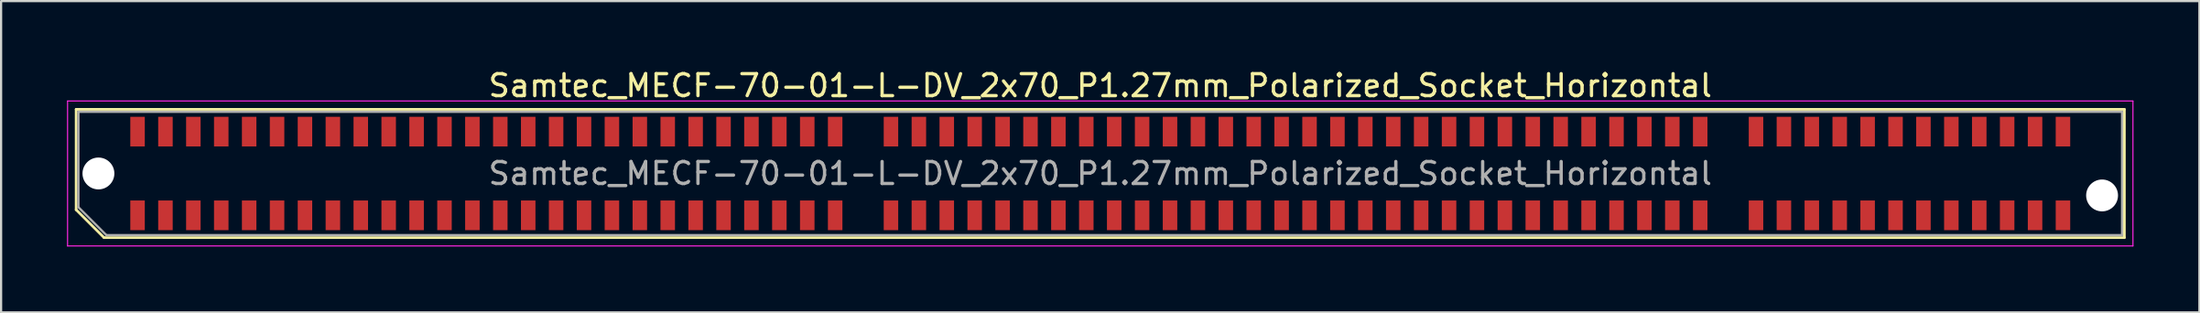
<source format=kicad_pcb>
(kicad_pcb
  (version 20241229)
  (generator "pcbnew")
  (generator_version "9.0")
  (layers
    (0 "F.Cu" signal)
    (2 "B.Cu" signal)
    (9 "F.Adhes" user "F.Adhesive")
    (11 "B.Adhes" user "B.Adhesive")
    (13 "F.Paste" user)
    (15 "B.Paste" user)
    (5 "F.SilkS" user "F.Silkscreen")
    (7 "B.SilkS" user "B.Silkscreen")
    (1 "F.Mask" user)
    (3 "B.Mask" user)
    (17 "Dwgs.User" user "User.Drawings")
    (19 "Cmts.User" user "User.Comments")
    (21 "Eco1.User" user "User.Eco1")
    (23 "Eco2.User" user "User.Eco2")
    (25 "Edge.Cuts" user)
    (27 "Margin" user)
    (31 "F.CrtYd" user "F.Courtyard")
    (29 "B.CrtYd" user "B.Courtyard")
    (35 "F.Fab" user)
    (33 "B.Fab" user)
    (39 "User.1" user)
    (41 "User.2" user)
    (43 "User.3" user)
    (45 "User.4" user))
  (footprint "Samtec_MECF-70-01-L-DV_2x70_P1.27mm_Polarized_Socket_Horizontal"
    (layer "F.Cu")
    (at 47.025 4.848)
    (property "Reference" "Samtec_MECF-70-01-L-DV_2x70_P1.27mm_Polarized_Socket_Horizontal" (at 0 -4 0) (layer "F.SilkS") (effects (font (size 1 1) (thickness 0.15))))
    (attr smd)
    (fp_line (start -46.61 -2.92) (end 46.61 -2.92) (stroke (width 0.12) (type solid)) (layer "F.SilkS"))
    (fp_line (start -46.61 1.65) (end -46.61 -2.92) (stroke (width 0.12) (type solid)) (layer "F.SilkS"))
    (fp_line (start -45.34 2.92) (end -46.61 1.65) (stroke (width 0.12) (type solid)) (layer "F.SilkS"))
    (fp_line (start -45.34 2.92) (end 46.61 2.92) (stroke (width 0.12) (type solid)) (layer "F.SilkS"))
    (fp_line (start 46.61 2.92) (end 46.61 -2.92) (stroke (width 0.12) (type solid)) (layer "F.SilkS"))
    (fp_line (start -47 -3.3) (end -47 3.3) (stroke (width 0.05) (type solid)) (layer "F.CrtYd"))
    (fp_line (start -47 3.3) (end 47 3.3) (stroke (width 0.05) (type solid)) (layer "F.CrtYd"))
    (fp_line (start 47 -3.3) (end -47 -3.3) (stroke (width 0.05) (type solid)) (layer "F.CrtYd"))
    (fp_line (start 47 3.3) (end 47 -3.3) (stroke (width 0.05) (type solid)) (layer "F.CrtYd"))
    (fp_line (start -46.505 -2.805) (end 46.505 -2.805) (stroke (width 0.1) (type solid)) (layer "F.Fab"))
    (fp_line (start -46.505 1.535) (end -46.505 -2.805) (stroke (width 0.1) (type solid)) (layer "F.Fab"))
    (fp_line (start -46.505 1.535) (end -45.235 2.805) (stroke (width 0.1) (type solid)) (layer "F.Fab"))
    (fp_line (start -45.235 2.805) (end 46.505 2.805) (stroke (width 0.1) (type solid)) (layer "F.Fab"))
    (fp_line (start 46.505 2.805) (end 46.505 -2.805) (stroke (width 0.1) (type solid)) (layer "F.Fab"))
    (fp_text user "${REFERENCE}" (at 0 0 0) (layer "F.Fab") (effects (font (size 1 1) (thickness 0.15))))
    (pad "" np_thru_hole circle (at -45.595 0) (size 1.45 1.45) (drill 1.45) (layers "*.Cu" "*.Mask"))
    (pad "" np_thru_hole circle (at 45.595 1) (size 1.45 1.45) (drill 1.45) (layers "*.Cu" "*.Mask"))
    (pad "1" smd rect (at -43.815 1.905) (size 0.66 1.35) (layers "F.Cu" "F.Mask" "F.Paste"))
    (pad "2" smd rect (at -43.815 -1.905) (size 0.66 1.35) (layers "F.Cu" "F.Mask" "F.Paste"))
    (pad "3" smd rect (at -42.545 1.905) (size 0.66 1.35) (layers "F.Cu" "F.Mask" "F.Paste"))
    (pad "4" smd rect (at -42.545 -1.905) (size 0.66 1.35) (layers "F.Cu" "F.Mask" "F.Paste"))
    (pad "5" smd rect (at -41.275 1.905) (size 0.66 1.35) (layers "F.Cu" "F.Mask" "F.Paste"))
    (pad "6" smd rect (at -41.275 -1.905) (size 0.66 1.35) (layers "F.Cu" "F.Mask" "F.Paste"))
    (pad "7" smd rect (at -40.005 1.905) (size 0.66 1.35) (layers "F.Cu" "F.Mask" "F.Paste"))
    (pad "8" smd rect (at -40.005 -1.905) (size 0.66 1.35) (layers "F.Cu" "F.Mask" "F.Paste"))
    (pad "9" smd rect (at -38.735 1.905) (size 0.66 1.35) (layers "F.Cu" "F.Mask" "F.Paste"))
    (pad "10" smd rect (at -38.735 -1.905) (size 0.66 1.35) (layers "F.Cu" "F.Mask" "F.Paste"))
    (pad "11" smd rect (at -37.465 1.905) (size 0.66 1.35) (layers "F.Cu" "F.Mask" "F.Paste"))
    (pad "12" smd rect (at -37.465 -1.905) (size 0.66 1.35) (layers "F.Cu" "F.Mask" "F.Paste"))
    (pad "13" smd rect (at -36.195 1.905) (size 0.66 1.35) (layers "F.Cu" "F.Mask" "F.Paste"))
    (pad "14" smd rect (at -36.195 -1.905) (size 0.66 1.35) (layers "F.Cu" "F.Mask" "F.Paste"))
    (pad "15" smd rect (at -34.925 1.905) (size 0.66 1.35) (layers "F.Cu" "F.Mask" "F.Paste"))
    (pad "16" smd rect (at -34.925 -1.905) (size 0.66 1.35) (layers "F.Cu" "F.Mask" "F.Paste"))
    (pad "17" smd rect (at -33.655 1.905) (size 0.66 1.35) (layers "F.Cu" "F.Mask" "F.Paste"))
    (pad "18" smd rect (at -33.655 -1.905) (size 0.66 1.35) (layers "F.Cu" "F.Mask" "F.Paste"))
    (pad "19" smd rect (at -32.385 1.905) (size 0.66 1.35) (layers "F.Cu" "F.Mask" "F.Paste"))
    (pad "20" smd rect (at -32.385 -1.905) (size 0.66 1.35) (layers "F.Cu" "F.Mask" "F.Paste"))
    (pad "21" smd rect (at -31.115 1.905) (size 0.66 1.35) (layers "F.Cu" "F.Mask" "F.Paste"))
    (pad "22" smd rect (at -31.115 -1.905) (size 0.66 1.35) (layers "F.Cu" "F.Mask" "F.Paste"))
    (pad "23" smd rect (at -29.845 1.905) (size 0.66 1.35) (layers "F.Cu" "F.Mask" "F.Paste"))
    (pad "24" smd rect (at -29.845 -1.905) (size 0.66 1.35) (layers "F.Cu" "F.Mask" "F.Paste"))
    (pad "25" smd rect (at -28.575 1.905) (size 0.66 1.35) (layers "F.Cu" "F.Mask" "F.Paste"))
    (pad "26" smd rect (at -28.575 -1.905) (size 0.66 1.35) (layers "F.Cu" "F.Mask" "F.Paste"))
    (pad "27" smd rect (at -27.305 1.905) (size 0.66 1.35) (layers "F.Cu" "F.Mask" "F.Paste"))
    (pad "28" smd rect (at -27.305 -1.905) (size 0.66 1.35) (layers "F.Cu" "F.Mask" "F.Paste"))
    (pad "29" smd rect (at -26.035 1.905) (size 0.66 1.35) (layers "F.Cu" "F.Mask" "F.Paste"))
    (pad "30" smd rect (at -26.035 -1.905) (size 0.66 1.35) (layers "F.Cu" "F.Mask" "F.Paste"))
    (pad "31" smd rect (at -24.765 1.905) (size 0.66 1.35) (layers "F.Cu" "F.Mask" "F.Paste"))
    (pad "32" smd rect (at -24.765 -1.905) (size 0.66 1.35) (layers "F.Cu" "F.Mask" "F.Paste"))
    (pad "33" smd rect (at -23.495 1.905) (size 0.66 1.35) (layers "F.Cu" "F.Mask" "F.Paste"))
    (pad "34" smd rect (at -23.495 -1.905) (size 0.66 1.35) (layers "F.Cu" "F.Mask" "F.Paste"))
    (pad "35" smd rect (at -22.225 1.905) (size 0.66 1.35) (layers "F.Cu" "F.Mask" "F.Paste"))
    (pad "36" smd rect (at -22.225 -1.905) (size 0.66 1.35) (layers "F.Cu" "F.Mask" "F.Paste"))
    (pad "37" smd rect (at -20.955 1.905) (size 0.66 1.35) (layers "F.Cu" "F.Mask" "F.Paste"))
    (pad "38" smd rect (at -20.955 -1.905) (size 0.66 1.35) (layers "F.Cu" "F.Mask" "F.Paste"))
    (pad "39" smd rect (at -19.685 1.905) (size 0.66 1.35) (layers "F.Cu" "F.Mask" "F.Paste"))
    (pad "40" smd rect (at -19.685 -1.905) (size 0.66 1.35) (layers "F.Cu" "F.Mask" "F.Paste"))
    (pad "41" smd rect (at -18.415 1.905) (size 0.66 1.35) (layers "F.Cu" "F.Mask" "F.Paste"))
    (pad "42" smd rect (at -18.415 -1.905) (size 0.66 1.35) (layers "F.Cu" "F.Mask" "F.Paste"))
    (pad "43" smd rect (at -17.145 1.905) (size 0.66 1.35) (layers "F.Cu" "F.Mask" "F.Paste"))
    (pad "44" smd rect (at -17.145 -1.905) (size 0.66 1.35) (layers "F.Cu" "F.Mask" "F.Paste"))
    (pad "45" smd rect (at -15.875 1.905) (size 0.66 1.35) (layers "F.Cu" "F.Mask" "F.Paste"))
    (pad "46" smd rect (at -15.875 -1.905) (size 0.66 1.35) (layers "F.Cu" "F.Mask" "F.Paste"))
    (pad "47" smd rect (at -14.605 1.905) (size 0.66 1.35) (layers "F.Cu" "F.Mask" "F.Paste"))
    (pad "48" smd rect (at -14.605 -1.905) (size 0.66 1.35) (layers "F.Cu" "F.Mask" "F.Paste"))
    (pad "49" smd rect (at -13.335 1.905) (size 0.66 1.35) (layers "F.Cu" "F.Mask" "F.Paste"))
    (pad "50" smd rect (at -13.335 -1.905) (size 0.66 1.35) (layers "F.Cu" "F.Mask" "F.Paste"))
    (pad "51" smd rect (at -12.065 1.905) (size 0.66 1.35) (layers "F.Cu" "F.Mask" "F.Paste"))
    (pad "52" smd rect (at -12.065 -1.905) (size 0.66 1.35) (layers "F.Cu" "F.Mask" "F.Paste"))
    (pad "55" smd rect (at -9.525 1.905) (size 0.66 1.35) (layers "F.Cu" "F.Mask" "F.Paste"))
    (pad "56" smd rect (at -9.525 -1.905) (size 0.66 1.35) (layers "F.Cu" "F.Mask" "F.Paste"))
    (pad "57" smd rect (at -8.255 1.905) (size 0.66 1.35) (layers "F.Cu" "F.Mask" "F.Paste"))
    (pad "58" smd rect (at -8.255 -1.905) (size 0.66 1.35) (layers "F.Cu" "F.Mask" "F.Paste"))
    (pad "59" smd rect (at -6.985 1.905) (size 0.66 1.35) (layers "F.Cu" "F.Mask" "F.Paste"))
    (pad "60" smd rect (at -6.985 -1.905) (size 0.66 1.35) (layers "F.Cu" "F.Mask" "F.Paste"))
    (pad "61" smd rect (at -5.715 1.905) (size 0.66 1.35) (layers "F.Cu" "F.Mask" "F.Paste"))
    (pad "62" smd rect (at -5.715 -1.905) (size 0.66 1.35) (layers "F.Cu" "F.Mask" "F.Paste"))
    (pad "63" smd rect (at -4.445 1.905) (size 0.66 1.35) (layers "F.Cu" "F.Mask" "F.Paste"))
    (pad "64" smd rect (at -4.445 -1.905) (size 0.66 1.35) (layers "F.Cu" "F.Mask" "F.Paste"))
    (pad "65" smd rect (at -3.175 1.905) (size 0.66 1.35) (layers "F.Cu" "F.Mask" "F.Paste"))
    (pad "66" smd rect (at -3.175 -1.905) (size 0.66 1.35) (layers "F.Cu" "F.Mask" "F.Paste"))
    (pad "67" smd rect (at -1.905 1.905) (size 0.66 1.35) (layers "F.Cu" "F.Mask" "F.Paste"))
    (pad "68" smd rect (at -1.905 -1.905) (size 0.66 1.35) (layers "F.Cu" "F.Mask" "F.Paste"))
    (pad "69" smd rect (at -0.635 1.905) (size 0.66 1.35) (layers "F.Cu" "F.Mask" "F.Paste"))
    (pad "70" smd rect (at -0.635 -1.905) (size 0.66 1.35) (layers "F.Cu" "F.Mask" "F.Paste"))
    (pad "71" smd rect (at 0.635 1.905) (size 0.66 1.35) (layers "F.Cu" "F.Mask" "F.Paste"))
    (pad "72" smd rect (at 0.635 -1.905) (size 0.66 1.35) (layers "F.Cu" "F.Mask" "F.Paste"))
    (pad "73" smd rect (at 1.905 1.905) (size 0.66 1.35) (layers "F.Cu" "F.Mask" "F.Paste"))
    (pad "74" smd rect (at 1.905 -1.905) (size 0.66 1.35) (layers "F.Cu" "F.Mask" "F.Paste"))
    (pad "75" smd rect (at 3.175 1.905) (size 0.66 1.35) (layers "F.Cu" "F.Mask" "F.Paste"))
    (pad "76" smd rect (at 3.175 -1.905) (size 0.66 1.35) (layers "F.Cu" "F.Mask" "F.Paste"))
    (pad "77" smd rect (at 4.445 1.905) (size 0.66 1.35) (layers "F.Cu" "F.Mask" "F.Paste"))
    (pad "78" smd rect (at 4.445 -1.905) (size 0.66 1.35) (layers "F.Cu" "F.Mask" "F.Paste"))
    (pad "79" smd rect (at 5.715 1.905) (size 0.66 1.35) (layers "F.Cu" "F.Mask" "F.Paste"))
    (pad "80" smd rect (at 5.715 -1.905) (size 0.66 1.35) (layers "F.Cu" "F.Mask" "F.Paste"))
    (pad "81" smd rect (at 6.985 1.905) (size 0.66 1.35) (layers "F.Cu" "F.Mask" "F.Paste"))
    (pad "82" smd rect (at 6.985 -1.905) (size 0.66 1.35) (layers "F.Cu" "F.Mask" "F.Paste"))
    (pad "83" smd rect (at 8.255 1.905) (size 0.66 1.35) (layers "F.Cu" "F.Mask" "F.Paste"))
    (pad "84" smd rect (at 8.255 -1.905) (size 0.66 1.35) (layers "F.Cu" "F.Mask" "F.Paste"))
    (pad "85" smd rect (at 9.525 1.905) (size 0.66 1.35) (layers "F.Cu" "F.Mask" "F.Paste"))
    (pad "86" smd rect (at 9.525 -1.905) (size 0.66 1.35) (layers "F.Cu" "F.Mask" "F.Paste"))
    (pad "87" smd rect (at 10.795 1.905) (size 0.66 1.35) (layers "F.Cu" "F.Mask" "F.Paste"))
    (pad "88" smd rect (at 10.795 -1.905) (size 0.66 1.35) (layers "F.Cu" "F.Mask" "F.Paste"))
    (pad "89" smd rect (at 12.065 1.905) (size 0.66 1.35) (layers "F.Cu" "F.Mask" "F.Paste"))
    (pad "90" smd rect (at 12.065 -1.905) (size 0.66 1.35) (layers "F.Cu" "F.Mask" "F.Paste"))
    (pad "91" smd rect (at 13.335 1.905) (size 0.66 1.35) (layers "F.Cu" "F.Mask" "F.Paste"))
    (pad "92" smd rect (at 13.335 -1.905) (size 0.66 1.35) (layers "F.Cu" "F.Mask" "F.Paste"))
    (pad "93" smd rect (at 14.605 1.905) (size 0.66 1.35) (layers "F.Cu" "F.Mask" "F.Paste"))
    (pad "94" smd rect (at 14.605 -1.905) (size 0.66 1.35) (layers "F.Cu" "F.Mask" "F.Paste"))
    (pad "95" smd rect (at 15.875 1.905) (size 0.66 1.35) (layers "F.Cu" "F.Mask" "F.Paste"))
    (pad "96" smd rect (at 15.875 -1.905) (size 0.66 1.35) (layers "F.Cu" "F.Mask" "F.Paste"))
    (pad "97" smd rect (at 17.145 1.905) (size 0.66 1.35) (layers "F.Cu" "F.Mask" "F.Paste"))
    (pad "98" smd rect (at 17.145 -1.905) (size 0.66 1.35) (layers "F.Cu" "F.Mask" "F.Paste"))
    (pad "99" smd rect (at 18.415 1.905) (size 0.66 1.35) (layers "F.Cu" "F.Mask" "F.Paste"))
    (pad "100" smd rect (at 18.415 -1.905) (size 0.66 1.35) (layers "F.Cu" "F.Mask" "F.Paste"))
    (pad "101" smd rect (at 19.685 1.905) (size 0.66 1.35) (layers "F.Cu" "F.Mask" "F.Paste"))
    (pad "102" smd rect (at 19.685 -1.905) (size 0.66 1.35) (layers "F.Cu" "F.Mask" "F.Paste"))
    (pad "103" smd rect (at 20.955 1.905) (size 0.66 1.35) (layers "F.Cu" "F.Mask" "F.Paste"))
    (pad "104" smd rect (at 20.955 -1.905) (size 0.66 1.35) (layers "F.Cu" "F.Mask" "F.Paste"))
    (pad "105" smd rect (at 22.225 1.905) (size 0.66 1.35) (layers "F.Cu" "F.Mask" "F.Paste"))
    (pad "106" smd rect (at 22.225 -1.905) (size 0.66 1.35) (layers "F.Cu" "F.Mask" "F.Paste"))
    (pad "107" smd rect (at 23.495 1.905) (size 0.66 1.35) (layers "F.Cu" "F.Mask" "F.Paste"))
    (pad "108" smd rect (at 23.495 -1.905) (size 0.66 1.35) (layers "F.Cu" "F.Mask" "F.Paste"))
    (pad "109" smd rect (at 24.765 1.905) (size 0.66 1.35) (layers "F.Cu" "F.Mask" "F.Paste"))
    (pad "110" smd rect (at 24.765 -1.905) (size 0.66 1.35) (layers "F.Cu" "F.Mask" "F.Paste"))
    (pad "111" smd rect (at 26.035 1.905) (size 0.66 1.35) (layers "F.Cu" "F.Mask" "F.Paste"))
    (pad "112" smd rect (at 26.035 -1.905) (size 0.66 1.35) (layers "F.Cu" "F.Mask" "F.Paste"))
    (pad "113" smd rect (at 27.305 1.905) (size 0.66 1.35) (layers "F.Cu" "F.Mask" "F.Paste"))
    (pad "114" smd rect (at 27.305 -1.905) (size 0.66 1.35) (layers "F.Cu" "F.Mask" "F.Paste"))
    (pad "117" smd rect (at 29.845 1.905) (size 0.66 1.35) (layers "F.Cu" "F.Mask" "F.Paste"))
    (pad "118" smd rect (at 29.845 -1.905) (size 0.66 1.35) (layers "F.Cu" "F.Mask" "F.Paste"))
    (pad "119" smd rect (at 31.115 1.905) (size 0.66 1.35) (layers "F.Cu" "F.Mask" "F.Paste"))
    (pad "120" smd rect (at 31.115 -1.905) (size 0.66 1.35) (layers "F.Cu" "F.Mask" "F.Paste"))
    (pad "121" smd rect (at 32.385 1.905) (size 0.66 1.35) (layers "F.Cu" "F.Mask" "F.Paste"))
    (pad "122" smd rect (at 32.385 -1.905) (size 0.66 1.35) (layers "F.Cu" "F.Mask" "F.Paste"))
    (pad "123" smd rect (at 33.655 1.905) (size 0.66 1.35) (layers "F.Cu" "F.Mask" "F.Paste"))
    (pad "124" smd rect (at 33.655 -1.905) (size 0.66 1.35) (layers "F.Cu" "F.Mask" "F.Paste"))
    (pad "125" smd rect (at 34.925 1.905) (size 0.66 1.35) (layers "F.Cu" "F.Mask" "F.Paste"))
    (pad "126" smd rect (at 34.925 -1.905) (size 0.66 1.35) (layers "F.Cu" "F.Mask" "F.Paste"))
    (pad "127" smd rect (at 36.195 1.905) (size 0.66 1.35) (layers "F.Cu" "F.Mask" "F.Paste"))
    (pad "128" smd rect (at 36.195 -1.905) (size 0.66 1.35) (layers "F.Cu" "F.Mask" "F.Paste"))
    (pad "129" smd rect (at 37.465 1.905) (size 0.66 1.35) (layers "F.Cu" "F.Mask" "F.Paste"))
    (pad "130" smd rect (at 37.465 -1.905) (size 0.66 1.35) (layers "F.Cu" "F.Mask" "F.Paste"))
    (pad "131" smd rect (at 38.735 1.905) (size 0.66 1.35) (layers "F.Cu" "F.Mask" "F.Paste"))
    (pad "132" smd rect (at 38.735 -1.905) (size 0.66 1.35) (layers "F.Cu" "F.Mask" "F.Paste"))
    (pad "133" smd rect (at 40.005 1.905) (size 0.66 1.35) (layers "F.Cu" "F.Mask" "F.Paste"))
    (pad "134" smd rect (at 40.005 -1.905) (size 0.66 1.35) (layers "F.Cu" "F.Mask" "F.Paste"))
    (pad "135" smd rect (at 41.275 1.905) (size 0.66 1.35) (layers "F.Cu" "F.Mask" "F.Paste"))
    (pad "136" smd rect (at 41.275 -1.905) (size 0.66 1.35) (layers "F.Cu" "F.Mask" "F.Paste"))
    (pad "137" smd rect (at 42.545 1.905) (size 0.66 1.35) (layers "F.Cu" "F.Mask" "F.Paste"))
    (pad "138" smd rect (at 42.545 -1.905) (size 0.66 1.35) (layers "F.Cu" "F.Mask" "F.Paste"))
    (pad "139" smd rect (at 43.815 1.905) (size 0.66 1.35) (layers "F.Cu" "F.Mask" "F.Paste"))
    (pad "140" smd rect (at 43.815 -1.905) (size 0.66 1.35) (layers "F.Cu" "F.Mask" "F.Paste")))
  (gr_rect
    (start -3 -3)
    (end 97.05 11.173)
    (stroke (width 0.1) (type default))
    (fill no)
    (layer "Edge.Cuts")))
</source>
